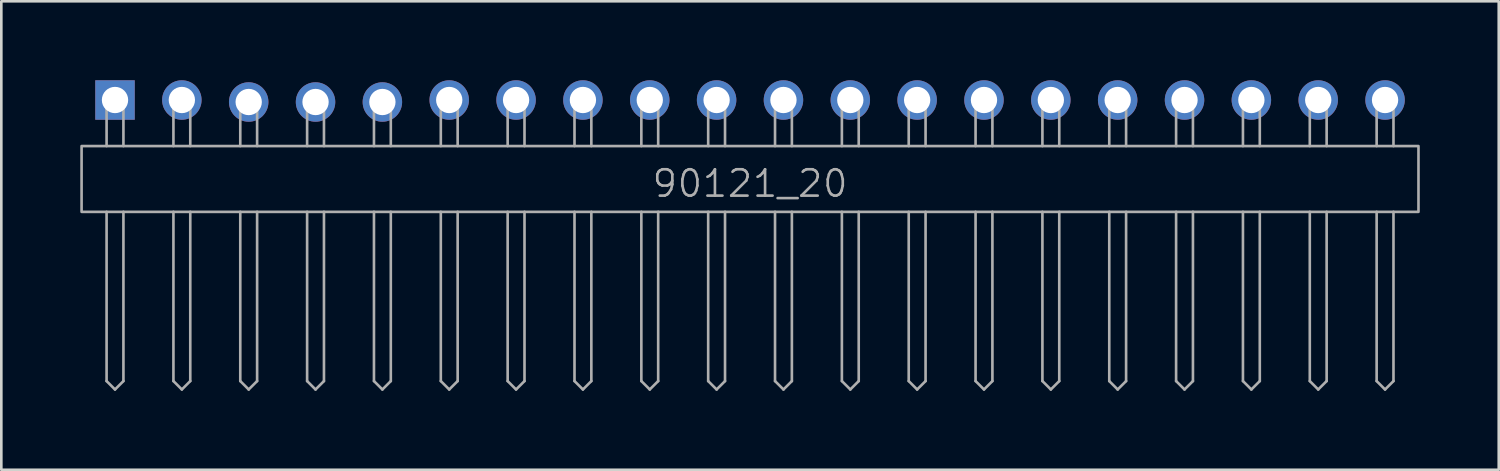
<source format=kicad_pcb>
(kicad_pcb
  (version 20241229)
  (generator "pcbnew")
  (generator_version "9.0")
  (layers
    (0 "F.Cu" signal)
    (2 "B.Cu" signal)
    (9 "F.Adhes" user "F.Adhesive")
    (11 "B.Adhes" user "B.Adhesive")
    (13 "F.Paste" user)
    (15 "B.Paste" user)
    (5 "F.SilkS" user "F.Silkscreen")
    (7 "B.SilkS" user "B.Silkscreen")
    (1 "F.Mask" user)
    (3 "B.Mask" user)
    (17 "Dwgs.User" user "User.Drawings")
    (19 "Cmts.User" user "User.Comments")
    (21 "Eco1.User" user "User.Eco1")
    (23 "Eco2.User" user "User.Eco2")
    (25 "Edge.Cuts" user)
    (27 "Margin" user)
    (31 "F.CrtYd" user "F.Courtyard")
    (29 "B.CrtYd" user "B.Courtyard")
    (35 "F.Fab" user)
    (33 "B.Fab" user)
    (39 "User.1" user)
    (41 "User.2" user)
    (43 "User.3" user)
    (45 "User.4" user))
  (footprint "90121_20"
    (layer "F.Cu")
    (at 25.45 0.75)
    (property "Reference" "90121_20" (at 0 3.175 0) (unlocked yes) (layer "F.Fab") (effects (font (size 1 1) (thickness 0.1))))
    (attr through_hole)
    (fp_line (start -24.45 0) (end -23.81 0) (stroke (width 0.1) (type default)) (layer "F.Fab"))
    (fp_line (start -24.45 1.75) (end -24.45 0) (stroke (width 0.1) (type default)) (layer "F.Fab"))
    (fp_line (start -24.45 4.25) (end -24.45 10.68) (stroke (width 0.1) (type default)) (layer "F.Fab"))
    (fp_line (start -24.45 10.68) (end -24.13 11) (stroke (width 0.1) (type default)) (layer "F.Fab"))
    (fp_line (start -24.13 11) (end -23.81 10.68) (stroke (width 0.1) (type default)) (layer "F.Fab"))
    (fp_line (start -23.81 1.75) (end -23.81 0) (stroke (width 0.1) (type default)) (layer "F.Fab"))
    (fp_line (start -23.81 4.25) (end -23.81 10.68) (stroke (width 0.1) (type default)) (layer "F.Fab"))
    (fp_line (start -21.91 0) (end -21.27 0) (stroke (width 0.1) (type default)) (layer "F.Fab"))
    (fp_line (start -21.91 1.75) (end -21.91 0) (stroke (width 0.1) (type default)) (layer "F.Fab"))
    (fp_line (start -21.91 4.25) (end -21.91 10.68) (stroke (width 0.1) (type default)) (layer "F.Fab"))
    (fp_line (start -21.91 10.68) (end -21.59 11) (stroke (width 0.1) (type default)) (layer "F.Fab"))
    (fp_line (start -21.59 11) (end -21.27 10.68) (stroke (width 0.1) (type default)) (layer "F.Fab"))
    (fp_line (start -21.27 1.75) (end -21.27 0) (stroke (width 0.1) (type default)) (layer "F.Fab"))
    (fp_line (start -21.27 4.25) (end -21.27 10.68) (stroke (width 0.1) (type default)) (layer "F.Fab"))
    (fp_line (start -19.37 0) (end -18.73 0) (stroke (width 0.1) (type default)) (layer "F.Fab"))
    (fp_line (start -19.37 1.75) (end -19.37 0) (stroke (width 0.1) (type default)) (layer "F.Fab"))
    (fp_line (start -19.37 4.25) (end -19.37 10.68) (stroke (width 0.1) (type default)) (layer "F.Fab"))
    (fp_line (start -19.37 10.68) (end -19.05 11) (stroke (width 0.1) (type default)) (layer "F.Fab"))
    (fp_line (start -19.05 11) (end -18.73 10.68) (stroke (width 0.1) (type default)) (layer "F.Fab"))
    (fp_line (start -18.73 1.75) (end -18.73 0) (stroke (width 0.1) (type default)) (layer "F.Fab"))
    (fp_line (start -18.73 4.25) (end -18.73 10.68) (stroke (width 0.1) (type default)) (layer "F.Fab"))
    (fp_line (start -16.83 0) (end -16.19 0) (stroke (width 0.1) (type default)) (layer "F.Fab"))
    (fp_line (start -16.83 1.75) (end -16.83 0) (stroke (width 0.1) (type default)) (layer "F.Fab"))
    (fp_line (start -16.83 4.25) (end -16.83 10.68) (stroke (width 0.1) (type default)) (layer "F.Fab"))
    (fp_line (start -16.83 10.68) (end -16.51 11) (stroke (width 0.1) (type default)) (layer "F.Fab"))
    (fp_line (start -16.51 11) (end -16.19 10.68) (stroke (width 0.1) (type default)) (layer "F.Fab"))
    (fp_line (start -16.19 1.75) (end -16.19 0) (stroke (width 0.1) (type default)) (layer "F.Fab"))
    (fp_line (start -16.19 4.25) (end -16.19 10.68) (stroke (width 0.1) (type default)) (layer "F.Fab"))
    (fp_line (start -14.29 0) (end -13.65 0) (stroke (width 0.1) (type default)) (layer "F.Fab"))
    (fp_line (start -14.29 1.75) (end -14.29 0) (stroke (width 0.1) (type default)) (layer "F.Fab"))
    (fp_line (start -14.29 4.25) (end -14.29 10.68) (stroke (width 0.1) (type default)) (layer "F.Fab"))
    (fp_line (start -14.29 10.68) (end -13.97 11) (stroke (width 0.1) (type default)) (layer "F.Fab"))
    (fp_line (start -13.97 11) (end -13.65 10.68) (stroke (width 0.1) (type default)) (layer "F.Fab"))
    (fp_line (start -13.65 1.75) (end -13.65 0) (stroke (width 0.1) (type default)) (layer "F.Fab"))
    (fp_line (start -13.65 4.25) (end -13.65 10.68) (stroke (width 0.1) (type default)) (layer "F.Fab"))
    (fp_line (start -11.75 0) (end -11.11 0) (stroke (width 0.1) (type default)) (layer "F.Fab"))
    (fp_line (start -11.75 1.75) (end -11.75 0) (stroke (width 0.1) (type default)) (layer "F.Fab"))
    (fp_line (start -11.75 4.25) (end -11.75 10.68) (stroke (width 0.1) (type default)) (layer "F.Fab"))
    (fp_line (start -11.75 10.68) (end -11.43 11) (stroke (width 0.1) (type default)) (layer "F.Fab"))
    (fp_line (start -11.43 11) (end -11.11 10.68) (stroke (width 0.1) (type default)) (layer "F.Fab"))
    (fp_line (start -11.11 1.75) (end -11.11 0) (stroke (width 0.1) (type default)) (layer "F.Fab"))
    (fp_line (start -11.11 4.25) (end -11.11 10.68) (stroke (width 0.1) (type default)) (layer "F.Fab"))
    (fp_line (start -9.21 0) (end -8.57 0) (stroke (width 0.1) (type default)) (layer "F.Fab"))
    (fp_line (start -9.21 1.75) (end -9.21 0) (stroke (width 0.1) (type default)) (layer "F.Fab"))
    (fp_line (start -9.21 4.25) (end -9.21 10.68) (stroke (width 0.1) (type default)) (layer "F.Fab"))
    (fp_line (start -9.21 10.68) (end -8.89 11) (stroke (width 0.1) (type default)) (layer "F.Fab"))
    (fp_line (start -8.89 11) (end -8.57 10.68) (stroke (width 0.1) (type default)) (layer "F.Fab"))
    (fp_line (start -8.57 1.75) (end -8.57 0) (stroke (width 0.1) (type default)) (layer "F.Fab"))
    (fp_line (start -8.57 4.25) (end -8.57 10.68) (stroke (width 0.1) (type default)) (layer "F.Fab"))
    (fp_line (start -6.67 0) (end -6.03 0) (stroke (width 0.1) (type default)) (layer "F.Fab"))
    (fp_line (start -6.67 1.75) (end -6.67 0) (stroke (width 0.1) (type default)) (layer "F.Fab"))
    (fp_line (start -6.67 4.25) (end -6.67 10.68) (stroke (width 0.1) (type default)) (layer "F.Fab"))
    (fp_line (start -6.67 10.68) (end -6.35 11) (stroke (width 0.1) (type default)) (layer "F.Fab"))
    (fp_line (start -6.35 11) (end -6.03 10.68) (stroke (width 0.1) (type default)) (layer "F.Fab"))
    (fp_line (start -6.03 1.75) (end -6.03 0) (stroke (width 0.1) (type default)) (layer "F.Fab"))
    (fp_line (start -6.03 4.25) (end -6.03 10.68) (stroke (width 0.1) (type default)) (layer "F.Fab"))
    (fp_line (start -4.13 0) (end -3.49 0) (stroke (width 0.1) (type default)) (layer "F.Fab"))
    (fp_line (start -4.13 1.75) (end -4.13 0) (stroke (width 0.1) (type default)) (layer "F.Fab"))
    (fp_line (start -4.13 4.25) (end -4.13 10.68) (stroke (width 0.1) (type default)) (layer "F.Fab"))
    (fp_line (start -4.13 10.68) (end -3.81 11) (stroke (width 0.1) (type default)) (layer "F.Fab"))
    (fp_line (start -3.81 11) (end -3.49 10.68) (stroke (width 0.1) (type default)) (layer "F.Fab"))
    (fp_line (start -3.49 1.75) (end -3.49 0) (stroke (width 0.1) (type default)) (layer "F.Fab"))
    (fp_line (start -3.49 4.25) (end -3.49 10.68) (stroke (width 0.1) (type default)) (layer "F.Fab"))
    (fp_line (start -1.59 1.75) (end -1.59 0) (stroke (width 0.1) (type default)) (layer "F.Fab"))
    (fp_line (start -1.59 4.25) (end -1.59 10.68) (stroke (width 0.1) (type default)) (layer "F.Fab"))
    (fp_line (start -1.59 10.68) (end -1.27 11) (stroke (width 0.1) (type default)) (layer "F.Fab"))
    (fp_line (start -1.27 11) (end -0.95 10.68) (stroke (width 0.1) (type default)) (layer "F.Fab"))
    (fp_line (start -0.95 1.75) (end -0.95 0) (stroke (width 0.1) (type default)) (layer "F.Fab"))
    (fp_line (start -0.95 4.25) (end -0.95 10.68) (stroke (width 0.1) (type default)) (layer "F.Fab"))
    (fp_line (start 0.95 0) (end 1.59 0) (stroke (width 0.1) (type default)) (layer "F.Fab"))
    (fp_line (start 0.95 1.75) (end 0.95 0) (stroke (width 0.1) (type default)) (layer "F.Fab"))
    (fp_line (start 0.95 4.25) (end 0.95 10.68) (stroke (width 0.1) (type default)) (layer "F.Fab"))
    (fp_line (start 0.95 10.68) (end 1.27 11) (stroke (width 0.1) (type default)) (layer "F.Fab"))
    (fp_line (start 1.27 11) (end 1.59 10.68) (stroke (width 0.1) (type default)) (layer "F.Fab"))
    (fp_line (start 1.59 1.75) (end 1.59 0) (stroke (width 0.1) (type default)) (layer "F.Fab"))
    (fp_line (start 1.59 4.25) (end 1.59 10.68) (stroke (width 0.1) (type default)) (layer "F.Fab"))
    (fp_line (start 3.49 0) (end 4.13 0) (stroke (width 0.1) (type default)) (layer "F.Fab"))
    (fp_line (start 3.49 1.75) (end 3.49 0) (stroke (width 0.1) (type default)) (layer "F.Fab"))
    (fp_line (start 3.49 4.25) (end 3.49 10.68) (stroke (width 0.1) (type default)) (layer "F.Fab"))
    (fp_line (start 3.49 10.68) (end 3.81 11) (stroke (width 0.1) (type default)) (layer "F.Fab"))
    (fp_line (start 3.81 11) (end 4.13 10.68) (stroke (width 0.1) (type default)) (layer "F.Fab"))
    (fp_line (start 4.13 1.75) (end 4.13 0) (stroke (width 0.1) (type default)) (layer "F.Fab"))
    (fp_line (start 4.13 4.25) (end 4.13 10.68) (stroke (width 0.1) (type default)) (layer "F.Fab"))
    (fp_line (start 6.03 0) (end 6.67 0) (stroke (width 0.1) (type default)) (layer "F.Fab"))
    (fp_line (start 6.03 1.75) (end 6.03 0) (stroke (width 0.1) (type default)) (layer "F.Fab"))
    (fp_line (start 6.03 4.25) (end 6.03 10.68) (stroke (width 0.1) (type default)) (layer "F.Fab"))
    (fp_line (start 6.03 10.68) (end 6.35 11) (stroke (width 0.1) (type default)) (layer "F.Fab"))
    (fp_line (start 6.35 11) (end 6.67 10.68) (stroke (width 0.1) (type default)) (layer "F.Fab"))
    (fp_line (start 6.67 1.75) (end 6.67 0) (stroke (width 0.1) (type default)) (layer "F.Fab"))
    (fp_line (start 6.67 4.25) (end 6.67 10.68) (stroke (width 0.1) (type default)) (layer "F.Fab"))
    (fp_line (start 8.57 0) (end 9.21 0) (stroke (width 0.1) (type default)) (layer "F.Fab"))
    (fp_line (start 8.57 1.75) (end 8.57 0) (stroke (width 0.1) (type default)) (layer "F.Fab"))
    (fp_line (start 8.57 4.25) (end 8.57 10.68) (stroke (width 0.1) (type default)) (layer "F.Fab"))
    (fp_line (start 8.57 10.68) (end 8.89 11) (stroke (width 0.1) (type default)) (layer "F.Fab"))
    (fp_line (start 8.89 11) (end 9.21 10.68) (stroke (width 0.1) (type default)) (layer "F.Fab"))
    (fp_line (start 9.21 1.75) (end 9.21 0) (stroke (width 0.1) (type default)) (layer "F.Fab"))
    (fp_line (start 9.21 4.25) (end 9.21 10.68) (stroke (width 0.1) (type default)) (layer "F.Fab"))
    (fp_line (start 11.11 0) (end 11.75 0) (stroke (width 0.1) (type default)) (layer "F.Fab"))
    (fp_line (start 11.11 1.75) (end 11.11 0) (stroke (width 0.1) (type default)) (layer "F.Fab"))
    (fp_line (start 11.11 4.25) (end 11.11 10.68) (stroke (width 0.1) (type default)) (layer "F.Fab"))
    (fp_line (start 11.11 10.68) (end 11.43 11) (stroke (width 0.1) (type default)) (layer "F.Fab"))
    (fp_line (start 11.43 11) (end 11.75 10.68) (stroke (width 0.1) (type default)) (layer "F.Fab"))
    (fp_line (start 11.75 1.75) (end 11.75 0) (stroke (width 0.1) (type default)) (layer "F.Fab"))
    (fp_line (start 11.75 4.25) (end 11.75 10.68) (stroke (width 0.1) (type default)) (layer "F.Fab"))
    (fp_line (start 13.65 0) (end 14.29 0) (stroke (width 0.1) (type default)) (layer "F.Fab"))
    (fp_line (start 13.65 1.75) (end 13.65 0) (stroke (width 0.1) (type default)) (layer "F.Fab"))
    (fp_line (start 13.65 4.25) (end 13.65 10.68) (stroke (width 0.1) (type default)) (layer "F.Fab"))
    (fp_line (start 13.65 10.68) (end 13.97 11) (stroke (width 0.1) (type default)) (layer "F.Fab"))
    (fp_line (start 13.97 11) (end 14.29 10.68) (stroke (width 0.1) (type default)) (layer "F.Fab"))
    (fp_line (start 14.29 1.75) (end 14.29 0) (stroke (width 0.1) (type default)) (layer "F.Fab"))
    (fp_line (start 14.29 4.25) (end 14.29 10.68) (stroke (width 0.1) (type default)) (layer "F.Fab"))
    (fp_line (start 16.19 0) (end 16.83 0) (stroke (width 0.1) (type default)) (layer "F.Fab"))
    (fp_line (start 16.19 1.75) (end 16.19 0) (stroke (width 0.1) (type default)) (layer "F.Fab"))
    (fp_line (start 16.19 4.25) (end 16.19 10.68) (stroke (width 0.1) (type default)) (layer "F.Fab"))
    (fp_line (start 16.19 10.68) (end 16.51 11) (stroke (width 0.1) (type default)) (layer "F.Fab"))
    (fp_line (start 16.51 11) (end 16.83 10.68) (stroke (width 0.1) (type default)) (layer "F.Fab"))
    (fp_line (start 16.83 1.75) (end 16.83 0) (stroke (width 0.1) (type default)) (layer "F.Fab"))
    (fp_line (start 16.83 4.25) (end 16.83 10.68) (stroke (width 0.1) (type default)) (layer "F.Fab"))
    (fp_line (start 18.73 0) (end 19.37 0) (stroke (width 0.1) (type default)) (layer "F.Fab"))
    (fp_line (start 18.73 1.75) (end 18.73 0) (stroke (width 0.1) (type default)) (layer "F.Fab"))
    (fp_line (start 18.73 4.25) (end 18.73 10.68) (stroke (width 0.1) (type default)) (layer "F.Fab"))
    (fp_line (start 18.73 10.68) (end 19.05 11) (stroke (width 0.1) (type default)) (layer "F.Fab"))
    (fp_line (start 19.05 11) (end 19.37 10.68) (stroke (width 0.1) (type default)) (layer "F.Fab"))
    (fp_line (start 19.37 1.75) (end 19.37 0) (stroke (width 0.1) (type default)) (layer "F.Fab"))
    (fp_line (start 19.37 4.25) (end 19.37 10.68) (stroke (width 0.1) (type default)) (layer "F.Fab"))
    (fp_line (start 21.27 0) (end 21.91 0) (stroke (width 0.1) (type default)) (layer "F.Fab"))
    (fp_line (start 21.27 1.75) (end 21.27 0) (stroke (width 0.1) (type default)) (layer "F.Fab"))
    (fp_line (start 21.27 4.25) (end 21.27 10.68) (stroke (width 0.1) (type default)) (layer "F.Fab"))
    (fp_line (start 21.27 10.68) (end 21.59 11) (stroke (width 0.1) (type default)) (layer "F.Fab"))
    (fp_line (start 21.59 11) (end 21.91 10.68) (stroke (width 0.1) (type default)) (layer "F.Fab"))
    (fp_line (start 21.91 1.75) (end 21.91 0) (stroke (width 0.1) (type default)) (layer "F.Fab"))
    (fp_line (start 21.91 4.25) (end 21.91 10.68) (stroke (width 0.1) (type default)) (layer "F.Fab"))
    (fp_line (start 23.81 0) (end 24.45 0) (stroke (width 0.1) (type default)) (layer "F.Fab"))
    (fp_line (start 23.81 1.75) (end 23.81 0) (stroke (width 0.1) (type default)) (layer "F.Fab"))
    (fp_line (start 23.81 4.25) (end 23.81 10.68) (stroke (width 0.1) (type default)) (layer "F.Fab"))
    (fp_line (start 23.81 10.68) (end 24.13 11) (stroke (width 0.1) (type default)) (layer "F.Fab"))
    (fp_line (start 24.13 11) (end 24.45 10.68) (stroke (width 0.1) (type default)) (layer "F.Fab"))
    (fp_line (start 24.45 1.75) (end 24.45 0) (stroke (width 0.1) (type default)) (layer "F.Fab"))
    (fp_line (start 24.45 4.25) (end 24.45 10.68) (stroke (width 0.1) (type default)) (layer "F.Fab"))
    (fp_rect (start -25.4 1.75) (end 25.4 4.25) (stroke (width 0.1) (type default)) (fill no) (layer "F.Fab"))
    (pad "1" thru_hole rect (at -24.13 0) (size 1.5 1.5) (drill 1) (layers "*.Cu" "*.Mask"))
    (pad "2" thru_hole circle (at -21.59 0) (size 1.5 1.5) (drill 1) (layers "*.Cu" "*.Mask"))
    (pad "3" thru_hole circle (at -19.05 0.076) (size 1.5 1.5) (drill 1) (layers "*.Cu" "*.Mask"))
    (pad "4" thru_hole circle (at -16.51 0.076) (size 1.5 1.5) (drill 1) (layers "*.Cu" "*.Mask"))
    (pad "5" thru_hole circle (at -13.97 0.076) (size 1.5 1.5) (drill 1) (layers "*.Cu" "*.Mask"))
    (pad "6" thru_hole circle (at -11.43 0) (size 1.5 1.5) (drill 1) (layers "*.Cu" "*.Mask"))
    (pad "7" thru_hole circle (at -8.89 0) (size 1.5 1.5) (drill 1) (layers "*.Cu" "*.Mask"))
    (pad "8" thru_hole circle (at -6.35 0) (size 1.5 1.5) (drill 1) (layers "*.Cu" "*.Mask"))
    (pad "9" thru_hole circle (at -3.81 0) (size 1.5 1.5) (drill 1) (layers "*.Cu" "*.Mask"))
    (pad "10" thru_hole circle (at -1.27 0) (size 1.5 1.5) (drill 1) (layers "*.Cu" "*.Mask"))
    (pad "11" thru_hole circle (at 1.27 0) (size 1.5 1.5) (drill 1) (layers "*.Cu" "*.Mask"))
    (pad "12" thru_hole circle (at 3.81 0) (size 1.5 1.5) (drill 1) (layers "*.Cu" "*.Mask"))
    (pad "13" thru_hole circle (at 6.35 0) (size 1.5 1.5) (drill 1) (layers "*.Cu" "*.Mask"))
    (pad "14" thru_hole circle (at 8.89 0) (size 1.5 1.5) (drill 1) (layers "*.Cu" "*.Mask"))
    (pad "15" thru_hole circle (at 11.43 0) (size 1.5 1.5) (drill 1) (layers "*.Cu" "*.Mask"))
    (pad "16" thru_hole circle (at 13.97 0) (size 1.5 1.5) (drill 1) (layers "*.Cu" "*.Mask"))
    (pad "17" thru_hole circle (at 16.51 0) (size 1.5 1.5) (drill 1) (layers "*.Cu" "*.Mask"))
    (pad "18" thru_hole circle (at 19.05 0) (size 1.5 1.5) (drill 1) (layers "*.Cu" "*.Mask"))
    (pad "19" thru_hole circle (at 21.59 0) (size 1.5 1.5) (drill 1) (layers "*.Cu" "*.Mask"))
    (pad "20" thru_hole circle (at 24.13 0) (size 1.5 1.5) (drill 1) (layers "*.Cu" "*.Mask")))
  (gr_rect
    (start -3 -3)
    (end 53.9 14.8)
    (stroke (width 0.1) (type default))
    (fill no)
    (layer "Edge.Cuts")))
</source>
